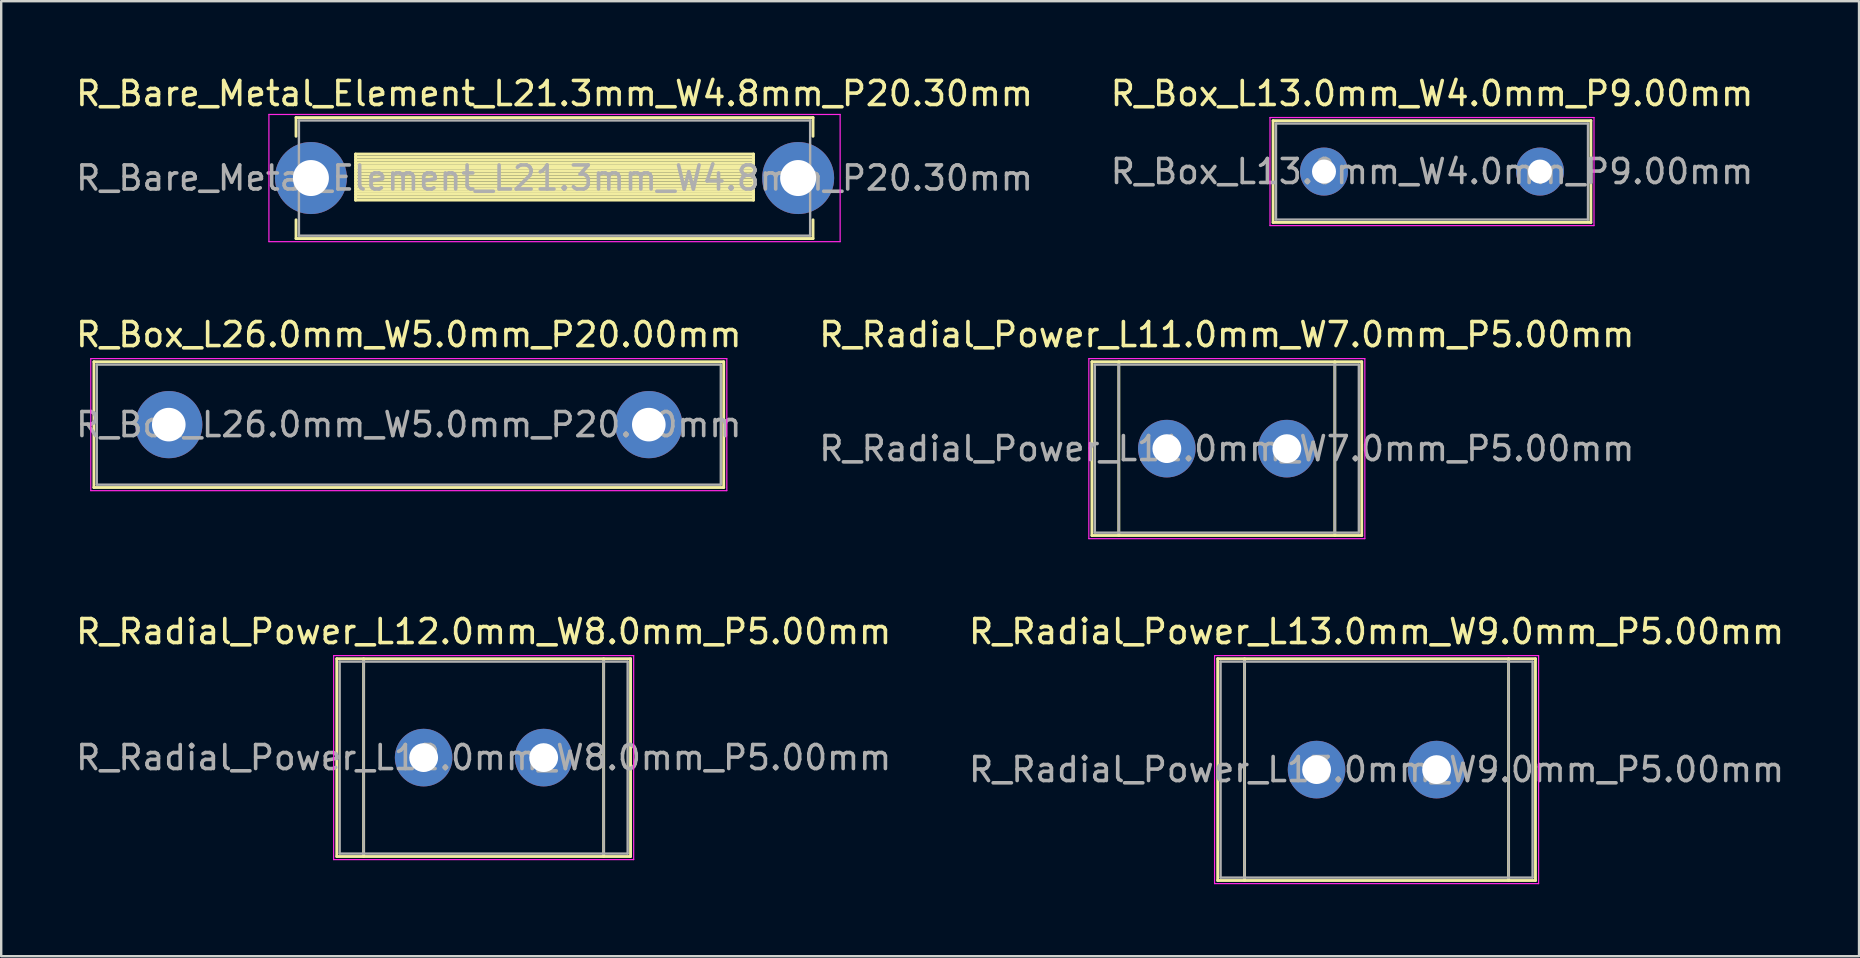
<source format=kicad_pcb>
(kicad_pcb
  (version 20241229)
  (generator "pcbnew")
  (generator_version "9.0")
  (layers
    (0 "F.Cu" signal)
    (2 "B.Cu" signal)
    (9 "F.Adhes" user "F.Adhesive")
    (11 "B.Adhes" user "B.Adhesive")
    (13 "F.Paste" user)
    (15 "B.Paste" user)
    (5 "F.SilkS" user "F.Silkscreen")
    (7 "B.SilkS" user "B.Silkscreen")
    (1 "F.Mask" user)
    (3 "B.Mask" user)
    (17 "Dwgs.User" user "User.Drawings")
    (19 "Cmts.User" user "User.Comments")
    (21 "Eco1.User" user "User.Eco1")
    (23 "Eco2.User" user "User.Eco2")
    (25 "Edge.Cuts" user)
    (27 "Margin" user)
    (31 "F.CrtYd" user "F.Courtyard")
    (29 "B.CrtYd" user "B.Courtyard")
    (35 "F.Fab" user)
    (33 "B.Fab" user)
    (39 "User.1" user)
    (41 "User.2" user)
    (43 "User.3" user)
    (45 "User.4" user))
  (footprint "R_Bare_Metal_Element_L21.3mm_W4.8mm_P20.30mm"
    (layer "F.Cu")
    (at 9.904 4.368)
    (property "Reference" "R_Bare_Metal_Element_L21.3mm_W4.8mm_P20.30mm" (at 10.15 -3.52 0) (layer "F.SilkS") (effects (font (size 1 1) (thickness 0.15))))
    (attr through_hole)
    (fp_line (start -0.62 -2.52) (end 20.92 -2.52) (stroke (width 0.12) (type solid)) (layer "F.SilkS"))
    (fp_line (start -0.62 -1.74) (end -0.62 -2.52) (stroke (width 0.12) (type solid)) (layer "F.SilkS"))
    (fp_line (start -0.62 1.74) (end -0.62 2.52) (stroke (width 0.12) (type solid)) (layer "F.SilkS"))
    (fp_line (start -0.62 2.52) (end 20.92 2.52) (stroke (width 0.12) (type solid)) (layer "F.SilkS"))
    (fp_line (start 1.86 -1) (end 1.86 0.92) (stroke (width 0.12) (type solid)) (layer "F.SilkS"))
    (fp_line (start 1.86 -1) (end 18.44 -1) (stroke (width 0.12) (type solid)) (layer "F.SilkS"))
    (fp_line (start 1.86 -0.88) (end 18.44 -0.88) (stroke (width 0.12) (type solid)) (layer "F.SilkS"))
    (fp_line (start 1.86 -0.76) (end 18.44 -0.76) (stroke (width 0.12) (type solid)) (layer "F.SilkS"))
    (fp_line (start 1.86 -0.64) (end 18.44 -0.64) (stroke (width 0.12) (type solid)) (layer "F.SilkS"))
    (fp_line (start 1.86 -0.52) (end 18.44 -0.52) (stroke (width 0.12) (type solid)) (layer "F.SilkS"))
    (fp_line (start 1.86 -0.4) (end 18.44 -0.4) (stroke (width 0.12) (type solid)) (layer "F.SilkS"))
    (fp_line (start 1.86 -0.28) (end 18.44 -0.28) (stroke (width 0.12) (type solid)) (layer "F.SilkS"))
    (fp_line (start 1.86 -0.16) (end 18.44 -0.16) (stroke (width 0.12) (type solid)) (layer "F.SilkS"))
    (fp_line (start 1.86 -0.04) (end 18.44 -0.04) (stroke (width 0.12) (type solid)) (layer "F.SilkS"))
    (fp_line (start 1.86 0.08) (end 18.44 0.08) (stroke (width 0.12) (type solid)) (layer "F.SilkS"))
    (fp_line (start 1.86 0.2) (end 18.44 0.2) (stroke (width 0.12) (type solid)) (layer "F.SilkS"))
    (fp_line (start 1.86 0.32) (end 18.44 0.32) (stroke (width 0.12) (type solid)) (layer "F.SilkS"))
    (fp_line (start 1.86 0.44) (end 18.44 0.44) (stroke (width 0.12) (type solid)) (layer "F.SilkS"))
    (fp_line (start 1.86 0.56) (end 18.44 0.56) (stroke (width 0.12) (type solid)) (layer "F.SilkS"))
    (fp_line (start 1.86 0.68) (end 18.44 0.68) (stroke (width 0.12) (type solid)) (layer "F.SilkS"))
    (fp_line (start 1.86 0.8) (end 18.44 0.8) (stroke (width 0.12) (type solid)) (layer "F.SilkS"))
    (fp_line (start 1.86 0.92) (end 18.44 0.92) (stroke (width 0.12) (type solid)) (layer "F.SilkS"))
    (fp_line (start 18.44 -1) (end 18.44 0.92) (stroke (width 0.12) (type solid)) (layer "F.SilkS"))
    (fp_line (start 20.92 -2.52) (end 20.92 -1.74) (stroke (width 0.12) (type solid)) (layer "F.SilkS"))
    (fp_line (start 20.92 2.52) (end 20.92 1.74) (stroke (width 0.12) (type solid)) (layer "F.SilkS"))
    (fp_line (start -1.75 -2.65) (end -1.75 2.65) (stroke (width 0.05) (type solid)) (layer "F.CrtYd"))
    (fp_line (start -1.75 2.65) (end 22.05 2.65) (stroke (width 0.05) (type solid)) (layer "F.CrtYd"))
    (fp_line (start 22.05 -2.65) (end -1.75 -2.65) (stroke (width 0.05) (type solid)) (layer "F.CrtYd"))
    (fp_line (start 22.05 2.65) (end 22.05 -2.65) (stroke (width 0.05) (type solid)) (layer "F.CrtYd"))
    (fp_line (start -0.5 -2.4) (end -0.5 2.4) (stroke (width 0.1) (type solid)) (layer "F.Fab"))
    (fp_line (start -0.5 2.4) (end 20.8 2.4) (stroke (width 0.1) (type solid)) (layer "F.Fab"))
    (fp_line (start 20.8 -2.4) (end -0.5 -2.4) (stroke (width 0.1) (type solid)) (layer "F.Fab"))
    (fp_line (start 20.8 2.4) (end 20.8 -2.4) (stroke (width 0.1) (type solid)) (layer "F.Fab"))
    (fp_text user "${REFERENCE}" (at 10.15 0 0) (layer "F.Fab") (effects (font (size 1 1) (thickness 0.15))))
    (pad "1" thru_hole circle (at 0 0) (size 3 3) (drill 1.5) (layers "*.Cu" "*.Mask"))
    (pad "2" thru_hole oval (at 20.3 0) (size 3 3) (drill 1.5) (layers "*.Cu" "*.Mask")))
  (footprint "R_Radial_Power_L11.0mm_W7.0mm_P5.00mm"
    (layer "F.Cu")
    (at 45.565 15.642)
    (property "Reference" "R_Radial_Power_L11.0mm_W7.0mm_P5.00mm" (at 2.5 -4.75 0) (layer "F.SilkS") (effects (font (size 1 1) (thickness 0.15))))
    (attr through_hole)
    (fp_line (start -3.12 -3.62) (end -3.12 3.62) (stroke (width 0.12) (type solid)) (layer "F.SilkS"))
    (fp_line (start -3.12 -3.62) (end 8.12 -3.62) (stroke (width 0.12) (type solid)) (layer "F.SilkS"))
    (fp_line (start -3.12 3.62) (end 8.12 3.62) (stroke (width 0.12) (type solid)) (layer "F.SilkS"))
    (fp_line (start -2 -3.62) (end -2 3.62) (stroke (width 0.12) (type solid)) (layer "F.SilkS"))
    (fp_line (start 7 -3.62) (end 7 3.62) (stroke (width 0.12) (type solid)) (layer "F.SilkS"))
    (fp_line (start 8.12 -3.62) (end 8.12 3.62) (stroke (width 0.12) (type solid)) (layer "F.SilkS"))
    (fp_line (start -3.25 -3.75) (end -3.25 3.75) (stroke (width 0.05) (type solid)) (layer "F.CrtYd"))
    (fp_line (start -3.25 3.75) (end 8.25 3.75) (stroke (width 0.05) (type solid)) (layer "F.CrtYd"))
    (fp_line (start 8.25 -3.75) (end -3.25 -3.75) (stroke (width 0.05) (type solid)) (layer "F.CrtYd"))
    (fp_line (start 8.25 3.75) (end 8.25 -3.75) (stroke (width 0.05) (type solid)) (layer "F.CrtYd"))
    (fp_line (start -3 -3.5) (end -3 3.5) (stroke (width 0.1) (type solid)) (layer "F.Fab"))
    (fp_line (start -3 3.5) (end 8 3.5) (stroke (width 0.1) (type solid)) (layer "F.Fab"))
    (fp_line (start -2 -3.5) (end -2 3.5) (stroke (width 0.1) (type solid)) (layer "F.Fab"))
    (fp_line (start 7 -3.5) (end 7 3.5) (stroke (width 0.1) (type solid)) (layer "F.Fab"))
    (fp_line (start 8 -3.5) (end -3 -3.5) (stroke (width 0.1) (type solid)) (layer "F.Fab"))
    (fp_line (start 8 3.5) (end 8 -3.5) (stroke (width 0.1) (type solid)) (layer "F.Fab"))
    (fp_text user "${REFERENCE}" (at 2.5 0 0) (layer "F.Fab") (effects (font (size 1 1) (thickness 0.15))))
    (pad "1" thru_hole circle (at 0 0) (size 2.4 2.4) (drill 1.2) (layers "*.Cu" "*.Mask"))
    (pad "2" thru_hole circle (at 5 0) (size 2.4 2.4) (drill 1.2) (layers "*.Cu" "*.Mask")))
  (footprint "R_Box_L26.0mm_W5.0mm_P20.00mm"
    (layer "F.Cu")
    (at 3.982 14.642)
    (property "Reference" "R_Box_L26.0mm_W5.0mm_P20.00mm" (at 10 -3.75 0) (layer "F.SilkS") (effects (font (size 1 1) (thickness 0.15))))
    (attr through_hole)
    (fp_line (start -3.12 -2.62) (end -3.12 2.62) (stroke (width 0.12) (type solid)) (layer "F.SilkS"))
    (fp_line (start -3.12 -2.62) (end 23.12 -2.62) (stroke (width 0.12) (type solid)) (layer "F.SilkS"))
    (fp_line (start -3.12 2.62) (end 23.12 2.62) (stroke (width 0.12) (type solid)) (layer "F.SilkS"))
    (fp_line (start 23.12 -2.62) (end 23.12 2.62) (stroke (width 0.12) (type solid)) (layer "F.SilkS"))
    (fp_line (start -3.25 -2.75) (end -3.25 2.75) (stroke (width 0.05) (type solid)) (layer "F.CrtYd"))
    (fp_line (start -3.25 2.75) (end 23.25 2.75) (stroke (width 0.05) (type solid)) (layer "F.CrtYd"))
    (fp_line (start 23.25 -2.75) (end -3.25 -2.75) (stroke (width 0.05) (type solid)) (layer "F.CrtYd"))
    (fp_line (start 23.25 2.75) (end 23.25 -2.75) (stroke (width 0.05) (type solid)) (layer "F.CrtYd"))
    (fp_line (start -3 -2.5) (end -3 2.5) (stroke (width 0.1) (type solid)) (layer "F.Fab"))
    (fp_line (start -3 2.5) (end 23 2.5) (stroke (width 0.1) (type solid)) (layer "F.Fab"))
    (fp_line (start 23 -2.5) (end -3 -2.5) (stroke (width 0.1) (type solid)) (layer "F.Fab"))
    (fp_line (start 23 2.5) (end 23 -2.5) (stroke (width 0.1) (type solid)) (layer "F.Fab"))
    (fp_text user "${REFERENCE}" (at 10 0 0) (layer "F.Fab") (effects (font (size 1 1) (thickness 0.15))))
    (pad "1" thru_hole circle (at 0 0) (size 2.8 2.8) (drill 1.4) (layers "*.Cu" "*.Mask"))
    (pad "2" thru_hole circle (at 20 0) (size 2.8 2.8) (drill 1.4) (layers "*.Cu" "*.Mask")))
  (footprint "R_Radial_Power_L13.0mm_W9.0mm_P5.00mm"
    (layer "F.Cu")
    (at 51.804 29.015)
    (property "Reference" "R_Radial_Power_L13.0mm_W9.0mm_P5.00mm" (at 2.5 -5.75 0) (layer "F.SilkS") (effects (font (size 1 1) (thickness 0.15))))
    (attr through_hole)
    (fp_line (start -4.12 -4.62) (end -4.12 4.62) (stroke (width 0.12) (type solid)) (layer "F.SilkS"))
    (fp_line (start -4.12 -4.62) (end 9.12 -4.62) (stroke (width 0.12) (type solid)) (layer "F.SilkS"))
    (fp_line (start -4.12 4.62) (end 9.12 4.62) (stroke (width 0.12) (type solid)) (layer "F.SilkS"))
    (fp_line (start -3 -4.62) (end -3 4.62) (stroke (width 0.12) (type solid)) (layer "F.SilkS"))
    (fp_line (start 8 -4.62) (end 8 4.62) (stroke (width 0.12) (type solid)) (layer "F.SilkS"))
    (fp_line (start 9.12 -4.62) (end 9.12 4.62) (stroke (width 0.12) (type solid)) (layer "F.SilkS"))
    (fp_line (start -4.25 -4.75) (end -4.25 4.75) (stroke (width 0.05) (type solid)) (layer "F.CrtYd"))
    (fp_line (start -4.25 4.75) (end 9.25 4.75) (stroke (width 0.05) (type solid)) (layer "F.CrtYd"))
    (fp_line (start 9.25 -4.75) (end -4.25 -4.75) (stroke (width 0.05) (type solid)) (layer "F.CrtYd"))
    (fp_line (start 9.25 4.75) (end 9.25 -4.75) (stroke (width 0.05) (type solid)) (layer "F.CrtYd"))
    (fp_line (start -4 -4.5) (end -4 4.5) (stroke (width 0.1) (type solid)) (layer "F.Fab"))
    (fp_line (start -4 4.5) (end 9 4.5) (stroke (width 0.1) (type solid)) (layer "F.Fab"))
    (fp_line (start -3 -4.5) (end -3 4.5) (stroke (width 0.1) (type solid)) (layer "F.Fab"))
    (fp_line (start 8 -4.5) (end 8 4.5) (stroke (width 0.1) (type solid)) (layer "F.Fab"))
    (fp_line (start 9 -4.5) (end -4 -4.5) (stroke (width 0.1) (type solid)) (layer "F.Fab"))
    (fp_line (start 9 4.5) (end 9 -4.5) (stroke (width 0.1) (type solid)) (layer "F.Fab"))
    (fp_text user "${REFERENCE}" (at 2.5 0 0) (layer "F.Fab") (effects (font (size 1 1) (thickness 0.15))))
    (pad "1" thru_hole circle (at 0 0) (size 2.4 2.4) (drill 1.2) (layers "*.Cu" "*.Mask"))
    (pad "2" thru_hole circle (at 5 0) (size 2.4 2.4) (drill 1.2) (layers "*.Cu" "*.Mask")))
  (footprint "R_Radial_Power_L12.0mm_W8.0mm_P5.00mm"
    (layer "F.Cu")
    (at 14.601 28.515)
    (property "Reference" "R_Radial_Power_L12.0mm_W8.0mm_P5.00mm" (at 2.5 -5.25 0) (layer "F.SilkS") (effects (font (size 1 1) (thickness 0.15))))
    (attr through_hole)
    (fp_line (start -3.62 -4.12) (end -3.62 4.12) (stroke (width 0.12) (type solid)) (layer "F.SilkS"))
    (fp_line (start -3.62 -4.12) (end 8.62 -4.12) (stroke (width 0.12) (type solid)) (layer "F.SilkS"))
    (fp_line (start -3.62 4.12) (end 8.62 4.12) (stroke (width 0.12) (type solid)) (layer "F.SilkS"))
    (fp_line (start -2.5 -4.12) (end -2.5 4.12) (stroke (width 0.12) (type solid)) (layer "F.SilkS"))
    (fp_line (start 7.5 -4.12) (end 7.5 4.12) (stroke (width 0.12) (type solid)) (layer "F.SilkS"))
    (fp_line (start 8.62 -4.12) (end 8.62 4.12) (stroke (width 0.12) (type solid)) (layer "F.SilkS"))
    (fp_line (start -3.75 -4.25) (end -3.75 4.25) (stroke (width 0.05) (type solid)) (layer "F.CrtYd"))
    (fp_line (start -3.75 4.25) (end 8.75 4.25) (stroke (width 0.05) (type solid)) (layer "F.CrtYd"))
    (fp_line (start 8.75 -4.25) (end -3.75 -4.25) (stroke (width 0.05) (type solid)) (layer "F.CrtYd"))
    (fp_line (start 8.75 4.25) (end 8.75 -4.25) (stroke (width 0.05) (type solid)) (layer "F.CrtYd"))
    (fp_line (start -3.5 -4) (end -3.5 4) (stroke (width 0.1) (type solid)) (layer "F.Fab"))
    (fp_line (start -3.5 4) (end 8.5 4) (stroke (width 0.1) (type solid)) (layer "F.Fab"))
    (fp_line (start -2.5 -4) (end -2.5 4) (stroke (width 0.1) (type solid)) (layer "F.Fab"))
    (fp_line (start 7.5 -4) (end 7.5 4) (stroke (width 0.1) (type solid)) (layer "F.Fab"))
    (fp_line (start 8.5 -4) (end -3.5 -4) (stroke (width 0.1) (type solid)) (layer "F.Fab"))
    (fp_line (start 8.5 4) (end 8.5 -4) (stroke (width 0.1) (type solid)) (layer "F.Fab"))
    (fp_text user "${REFERENCE}" (at 2.5 0 0) (layer "F.Fab") (effects (font (size 1 1) (thickness 0.15))))
    (pad "1" thru_hole circle (at 0 0) (size 2.4 2.4) (drill 1.2) (layers "*.Cu" "*.Mask"))
    (pad "2" thru_hole circle (at 5 0) (size 2.4 2.4) (drill 1.2) (layers "*.Cu" "*.Mask")))
  (footprint "R_Box_L13.0mm_W4.0mm_P9.00mm"
    (layer "F.Cu")
    (at 52.113 4.098)
    (property "Reference" "R_Box_L13.0mm_W4.0mm_P9.00mm" (at 4.5 -3.25 0) (layer "F.SilkS") (effects (font (size 1 1) (thickness 0.15))))
    (attr through_hole)
    (fp_line (start -2.12 -2.12) (end -2.12 2.12) (stroke (width 0.12) (type solid)) (layer "F.SilkS"))
    (fp_line (start -2.12 -2.12) (end 11.12 -2.12) (stroke (width 0.12) (type solid)) (layer "F.SilkS"))
    (fp_line (start -2.12 2.12) (end 11.12 2.12) (stroke (width 0.12) (type solid)) (layer "F.SilkS"))
    (fp_line (start 11.12 -2.12) (end 11.12 2.12) (stroke (width 0.12) (type solid)) (layer "F.SilkS"))
    (fp_line (start -2.25 -2.25) (end -2.25 2.25) (stroke (width 0.05) (type solid)) (layer "F.CrtYd"))
    (fp_line (start -2.25 2.25) (end 11.25 2.25) (stroke (width 0.05) (type solid)) (layer "F.CrtYd"))
    (fp_line (start 11.25 -2.25) (end -2.25 -2.25) (stroke (width 0.05) (type solid)) (layer "F.CrtYd"))
    (fp_line (start 11.25 2.25) (end 11.25 -2.25) (stroke (width 0.05) (type solid)) (layer "F.CrtYd"))
    (fp_line (start -2 -2) (end -2 2) (stroke (width 0.1) (type solid)) (layer "F.Fab"))
    (fp_line (start -2 2) (end 11 2) (stroke (width 0.1) (type solid)) (layer "F.Fab"))
    (fp_line (start 11 -2) (end -2 -2) (stroke (width 0.1) (type solid)) (layer "F.Fab"))
    (fp_line (start 11 2) (end 11 -2) (stroke (width 0.1) (type solid)) (layer "F.Fab"))
    (fp_text user "${REFERENCE}" (at 4.5 0 0) (layer "F.Fab") (effects (font (size 1 1) (thickness 0.15))))
    (pad "1" thru_hole circle (at 0 0) (size 2 2) (drill 1) (layers "*.Cu" "*.Mask"))
    (pad "2" thru_hole circle (at 9 0) (size 2 2) (drill 1) (layers "*.Cu" "*.Mask")))
  (gr_rect
    (start -3 -3)
    (end 74.405 36.79)
    (stroke (width 0.1) (type default))
    (fill no)
    (layer "Edge.Cuts")))
</source>
